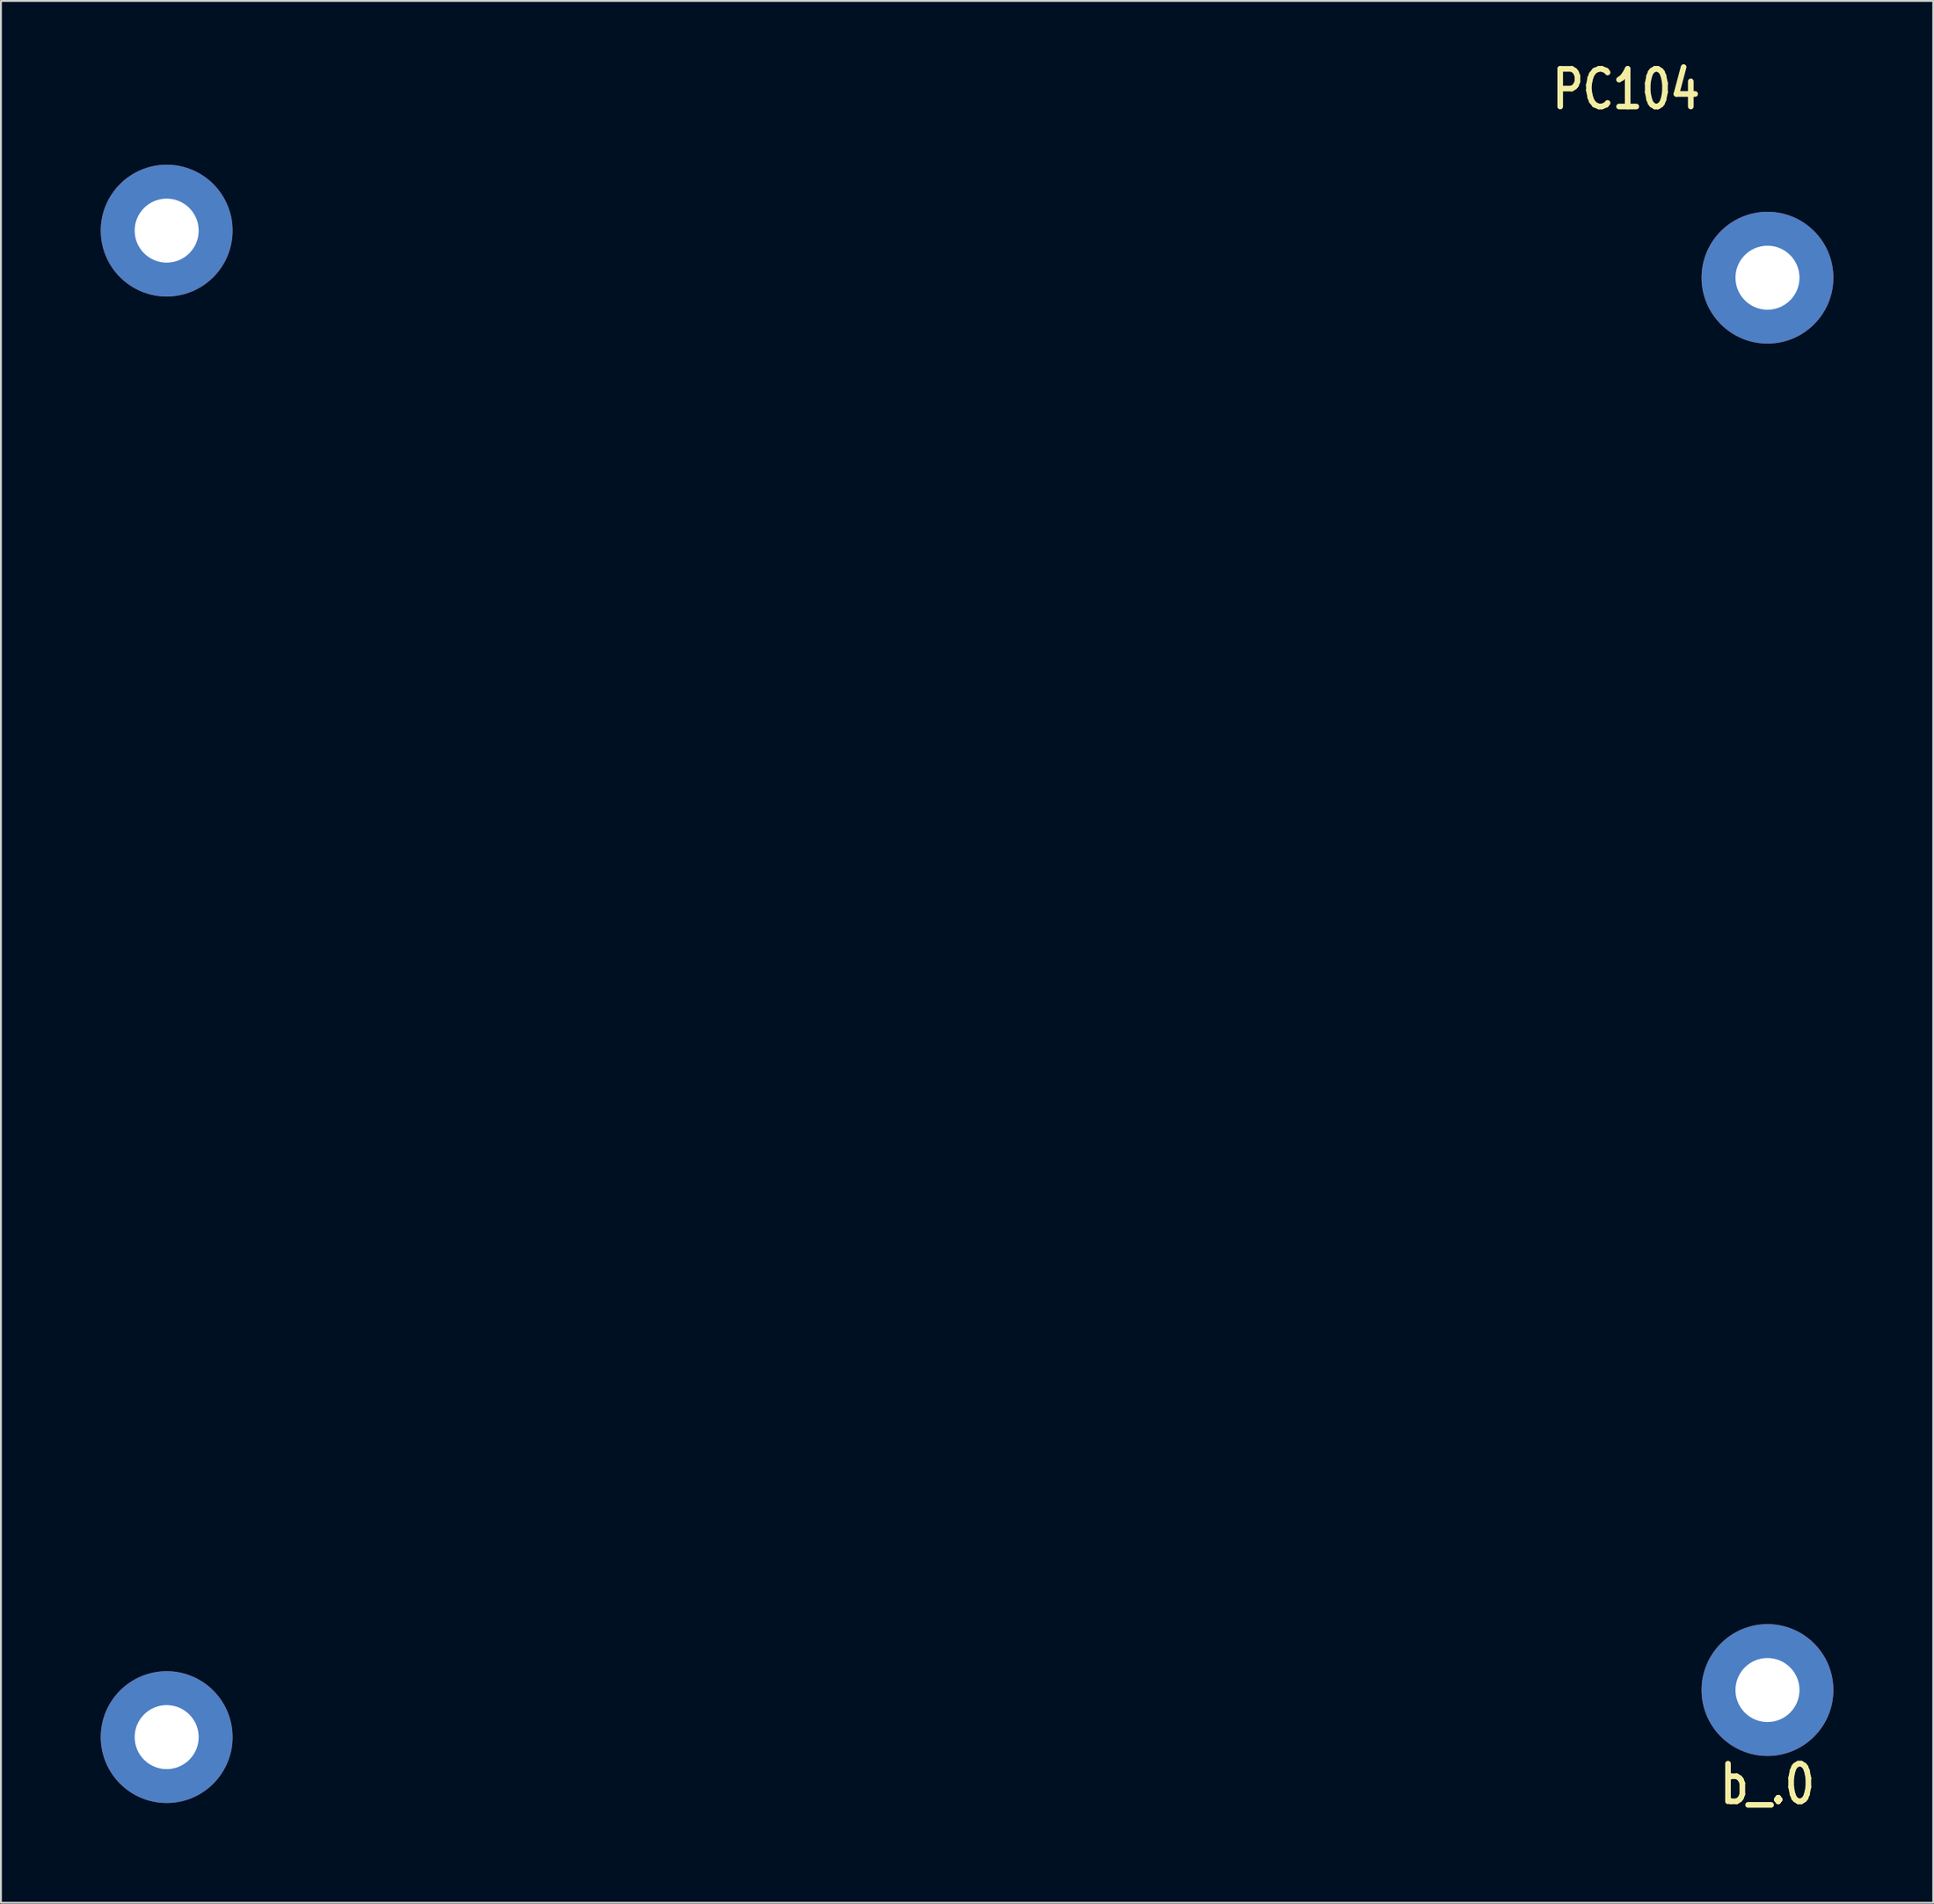
<source format=kicad_pcb>
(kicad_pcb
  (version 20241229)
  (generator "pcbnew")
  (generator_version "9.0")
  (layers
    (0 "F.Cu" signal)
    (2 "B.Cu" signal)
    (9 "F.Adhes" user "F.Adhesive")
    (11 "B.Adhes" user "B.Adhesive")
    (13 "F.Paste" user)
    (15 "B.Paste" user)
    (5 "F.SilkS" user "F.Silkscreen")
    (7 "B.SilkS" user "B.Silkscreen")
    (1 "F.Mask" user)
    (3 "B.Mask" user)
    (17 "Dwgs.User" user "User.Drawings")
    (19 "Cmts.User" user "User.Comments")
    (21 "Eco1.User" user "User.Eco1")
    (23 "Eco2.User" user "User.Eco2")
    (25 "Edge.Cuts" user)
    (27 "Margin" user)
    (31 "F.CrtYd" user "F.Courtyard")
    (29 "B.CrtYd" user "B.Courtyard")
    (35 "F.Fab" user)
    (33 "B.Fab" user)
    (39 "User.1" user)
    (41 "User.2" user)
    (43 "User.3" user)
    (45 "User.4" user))
  (footprint "PC104"
    (layer "F.Cu")
    (at 0.8 94.197)
    (property "Reference" "PC104" (at 82.5 -92.5 0) (layer "F.SilkS") (effects (font (size 2 1.6) (thickness 0.3))))
    (attr through_hole)
    (fp_line (start 0 -87.5) (end 2.5 -90) (stroke (width 1.6) (type solid)) (layer "F.Mask"))
    (fp_line (start 0 0) (end 0 -87.5) (stroke (width 1.6) (type solid)) (layer "F.Mask"))
    (fp_line (start 2.5 -90) (end 95 -90) (stroke (width 1.6) (type solid)) (layer "F.Mask"))
    (fp_line (start 95 0) (end 0 0) (stroke (width 1.6) (type solid)) (layer "F.Mask"))
    (fp_line (start 95 0) (end 95 -90) (stroke (width 1.6) (type solid)) (layer "F.Mask"))
    (fp_line (start 0 -87.5) (end 2.5 -90) (stroke (width 1.6) (type solid)) (layer "B.Mask"))
    (fp_line (start 0 0) (end 0 -87.5) (stroke (width 1.6) (type solid)) (layer "B.Mask"))
    (fp_line (start 0 0) (end 95 0) (stroke (width 1.6) (type solid)) (layer "B.Mask"))
    (fp_line (start 2.5 -90) (end 95 -90) (stroke (width 1.6) (type solid)) (layer "B.Mask"))
    (fp_line (start 2.5 -90) (end 95 -90) (stroke (width 1.6) (type solid)) (layer "B.Mask"))
    (fp_line (start 95 -90) (end 95 0) (stroke (width 1.6) (type solid)) (layer "B.Mask"))
    (fp_text user "b_.0" (at 90 -2.5 0) (layer "F.SilkS") (effects (font (size 2 1.6) (thickness 0.3))))
    (pad "0" thru_hole circle (at 5 -85) (size 7 7) (drill 3.4) (layers "*.Cu" "*.Mask"))
    (pad "0" thru_hole circle (at 5 -5) (size 7 7) (drill 3.4) (layers "*.Cu" "*.Mask"))
    (pad "0" thru_hole circle (at 90 -82.5) (size 7 7) (drill 3.4) (layers "*.Cu" "*.Mask"))
    (pad "0" thru_hole circle (at 90 -7.5) (size 7 7) (drill 3.4) (layers "*.Cu" "*.Mask")))
  (gr_rect
    (start -3 -3)
    (end 99.6 97.996)
    (stroke (width 0.1) (type default))
    (fill no)
    (layer "Edge.Cuts")))
</source>
